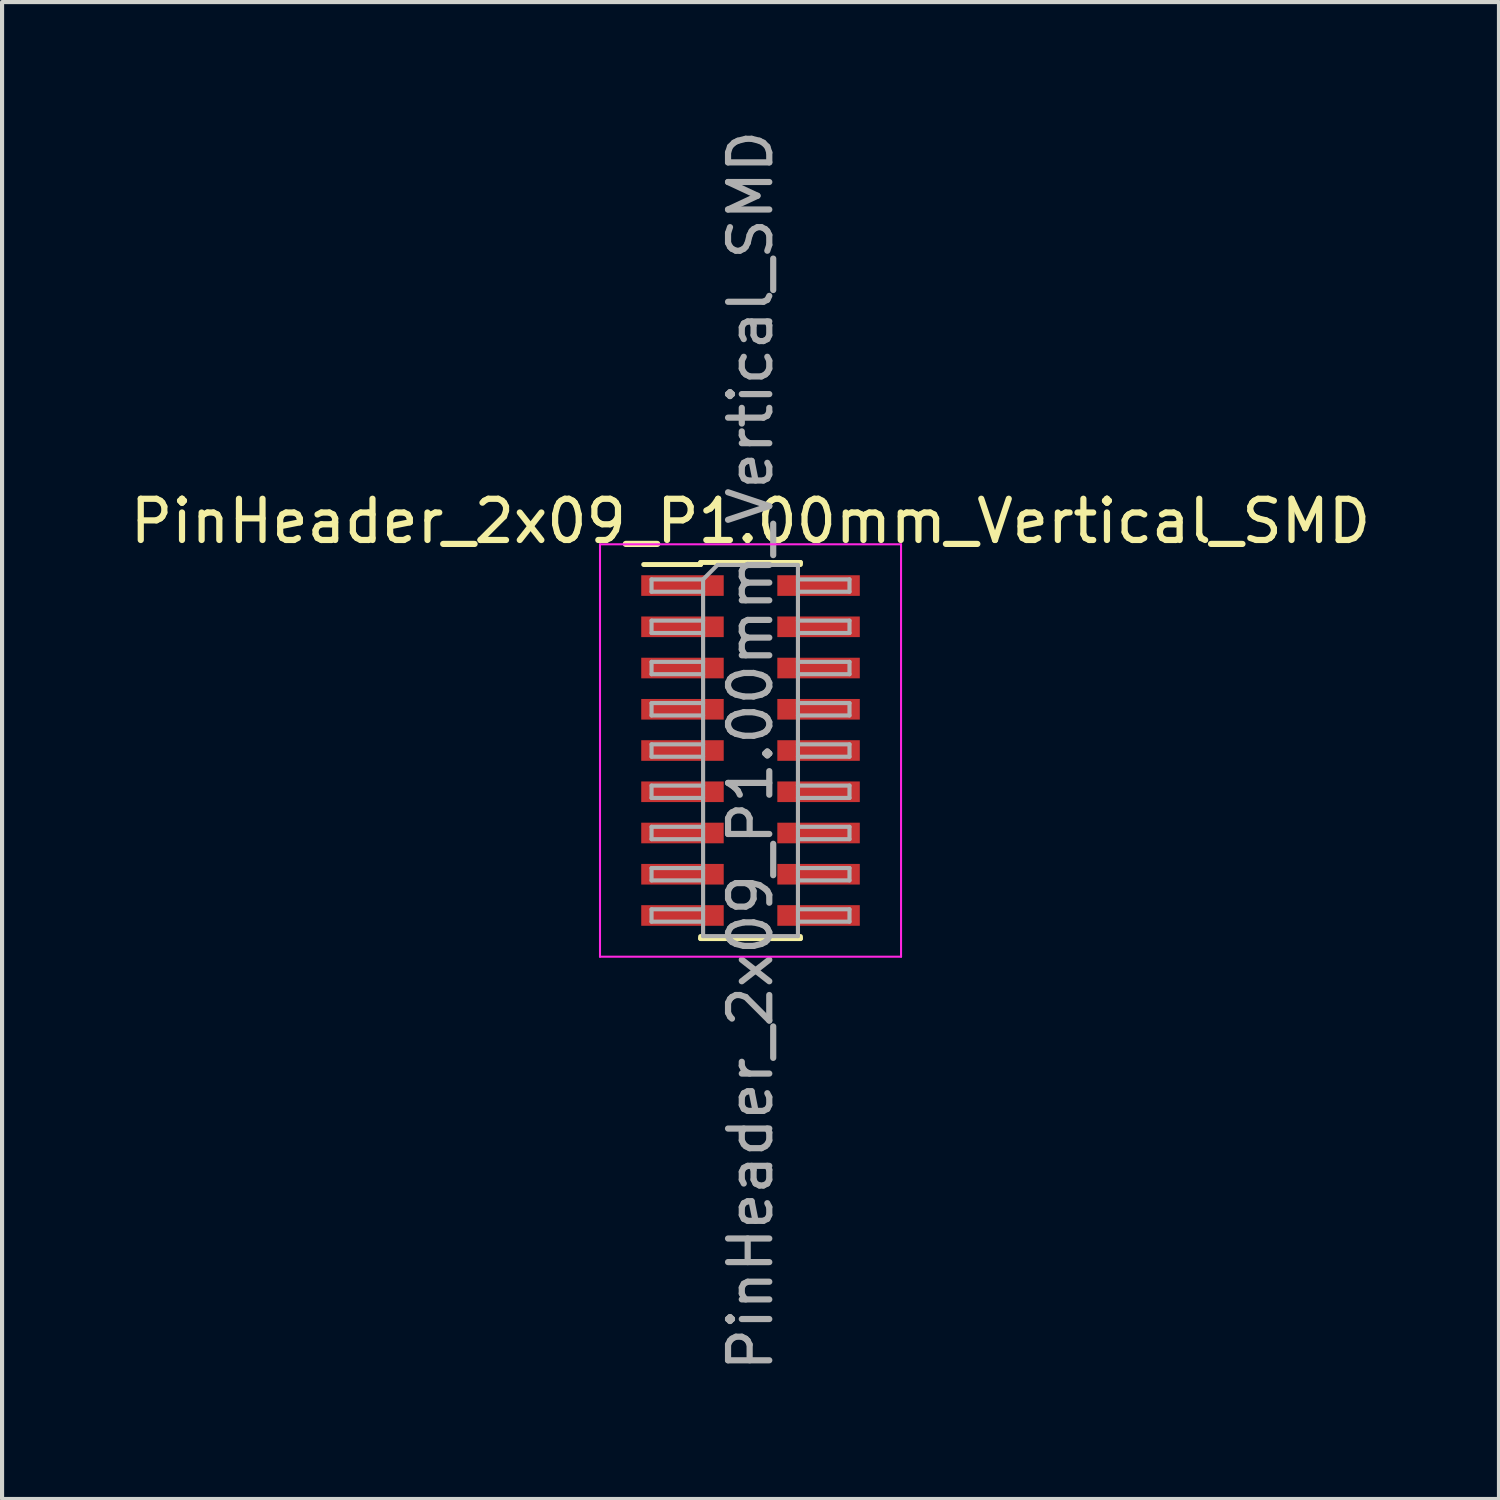
<source format=kicad_pcb>
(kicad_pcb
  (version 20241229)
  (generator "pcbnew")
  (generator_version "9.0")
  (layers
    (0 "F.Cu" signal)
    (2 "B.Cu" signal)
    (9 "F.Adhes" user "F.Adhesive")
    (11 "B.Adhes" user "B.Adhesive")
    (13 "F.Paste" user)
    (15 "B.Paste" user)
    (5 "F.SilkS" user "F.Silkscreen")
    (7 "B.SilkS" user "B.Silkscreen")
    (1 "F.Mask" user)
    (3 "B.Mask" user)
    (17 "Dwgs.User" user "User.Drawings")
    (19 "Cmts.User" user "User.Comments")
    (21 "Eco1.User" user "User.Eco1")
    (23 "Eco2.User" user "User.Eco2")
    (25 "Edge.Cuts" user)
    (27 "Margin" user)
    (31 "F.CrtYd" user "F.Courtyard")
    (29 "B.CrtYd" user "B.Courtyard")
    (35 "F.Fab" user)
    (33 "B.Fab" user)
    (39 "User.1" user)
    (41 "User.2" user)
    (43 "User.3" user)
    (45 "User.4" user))
  (footprint "PinHeader_2x09_P1.00mm_Vertical_SMD"
    (layer "F.Cu")
    (at 15.149 15.149)
    (property "Reference" "PinHeader_2x09_P1.00mm_Vertical_SMD" (at 0 -5.56 0) (layer "F.SilkS") (effects (font (size 1 1) (thickness 0.15))))
    (attr smd)
    (fp_line (start -2.59 -4.51) (end -1.21 -4.51) (stroke (width 0.12) (type solid)) (layer "F.SilkS"))
    (fp_line (start -1.21 -4.56) (end -1.21 -4.51) (stroke (width 0.12) (type solid)) (layer "F.SilkS"))
    (fp_line (start -1.21 -4.56) (end 1.21 -4.56) (stroke (width 0.12) (type solid)) (layer "F.SilkS"))
    (fp_line (start -1.21 4.51) (end -1.21 4.56) (stroke (width 0.12) (type solid)) (layer "F.SilkS"))
    (fp_line (start -1.21 4.56) (end 1.21 4.56) (stroke (width 0.12) (type solid)) (layer "F.SilkS"))
    (fp_line (start 1.21 -4.56) (end 1.21 -4.51) (stroke (width 0.12) (type solid)) (layer "F.SilkS"))
    (fp_line (start 1.21 4.51) (end 1.21 4.56) (stroke (width 0.12) (type solid)) (layer "F.SilkS"))
    (fp_line (start -3.65 -5) (end -3.65 5) (stroke (width 0.05) (type solid)) (layer "F.CrtYd"))
    (fp_line (start -3.65 5) (end 3.65 5) (stroke (width 0.05) (type solid)) (layer "F.CrtYd"))
    (fp_line (start 3.65 -5) (end -3.65 -5) (stroke (width 0.05) (type solid)) (layer "F.CrtYd"))
    (fp_line (start 3.65 5) (end 3.65 -5) (stroke (width 0.05) (type solid)) (layer "F.CrtYd"))
    (fp_line (start -2.4 -4.15) (end -2.4 -3.85) (stroke (width 0.1) (type solid)) (layer "F.Fab"))
    (fp_line (start -2.4 -3.85) (end -1.15 -3.85) (stroke (width 0.1) (type solid)) (layer "F.Fab"))
    (fp_line (start -2.4 -3.15) (end -2.4 -2.85) (stroke (width 0.1) (type solid)) (layer "F.Fab"))
    (fp_line (start -2.4 -2.85) (end -1.15 -2.85) (stroke (width 0.1) (type solid)) (layer "F.Fab"))
    (fp_line (start -2.4 -2.15) (end -2.4 -1.85) (stroke (width 0.1) (type solid)) (layer "F.Fab"))
    (fp_line (start -2.4 -1.85) (end -1.15 -1.85) (stroke (width 0.1) (type solid)) (layer "F.Fab"))
    (fp_line (start -2.4 -1.15) (end -2.4 -0.85) (stroke (width 0.1) (type solid)) (layer "F.Fab"))
    (fp_line (start -2.4 -0.85) (end -1.15 -0.85) (stroke (width 0.1) (type solid)) (layer "F.Fab"))
    (fp_line (start -2.4 -0.15) (end -2.4 0.15) (stroke (width 0.1) (type solid)) (layer "F.Fab"))
    (fp_line (start -2.4 0.15) (end -1.15 0.15) (stroke (width 0.1) (type solid)) (layer "F.Fab"))
    (fp_line (start -2.4 0.85) (end -2.4 1.15) (stroke (width 0.1) (type solid)) (layer "F.Fab"))
    (fp_line (start -2.4 1.15) (end -1.15 1.15) (stroke (width 0.1) (type solid)) (layer "F.Fab"))
    (fp_line (start -2.4 1.85) (end -2.4 2.15) (stroke (width 0.1) (type solid)) (layer "F.Fab"))
    (fp_line (start -2.4 2.15) (end -1.15 2.15) (stroke (width 0.1) (type solid)) (layer "F.Fab"))
    (fp_line (start -2.4 2.85) (end -2.4 3.15) (stroke (width 0.1) (type solid)) (layer "F.Fab"))
    (fp_line (start -2.4 3.15) (end -1.15 3.15) (stroke (width 0.1) (type solid)) (layer "F.Fab"))
    (fp_line (start -2.4 3.85) (end -2.4 4.15) (stroke (width 0.1) (type solid)) (layer "F.Fab"))
    (fp_line (start -2.4 4.15) (end -1.15 4.15) (stroke (width 0.1) (type solid)) (layer "F.Fab"))
    (fp_line (start -1.15 -4.15) (end -2.4 -4.15) (stroke (width 0.1) (type solid)) (layer "F.Fab"))
    (fp_line (start -1.15 -4.15) (end -0.8 -4.5) (stroke (width 0.1) (type solid)) (layer "F.Fab"))
    (fp_line (start -1.15 -3.15) (end -2.4 -3.15) (stroke (width 0.1) (type solid)) (layer "F.Fab"))
    (fp_line (start -1.15 -2.15) (end -2.4 -2.15) (stroke (width 0.1) (type solid)) (layer "F.Fab"))
    (fp_line (start -1.15 -1.15) (end -2.4 -1.15) (stroke (width 0.1) (type solid)) (layer "F.Fab"))
    (fp_line (start -1.15 -0.15) (end -2.4 -0.15) (stroke (width 0.1) (type solid)) (layer "F.Fab"))
    (fp_line (start -1.15 0.85) (end -2.4 0.85) (stroke (width 0.1) (type solid)) (layer "F.Fab"))
    (fp_line (start -1.15 1.85) (end -2.4 1.85) (stroke (width 0.1) (type solid)) (layer "F.Fab"))
    (fp_line (start -1.15 2.85) (end -2.4 2.85) (stroke (width 0.1) (type solid)) (layer "F.Fab"))
    (fp_line (start -1.15 3.85) (end -2.4 3.85) (stroke (width 0.1) (type solid)) (layer "F.Fab"))
    (fp_line (start -1.15 4.5) (end -1.15 -4.15) (stroke (width 0.1) (type solid)) (layer "F.Fab"))
    (fp_line (start -0.8 -4.5) (end 1.15 -4.5) (stroke (width 0.1) (type solid)) (layer "F.Fab"))
    (fp_line (start 1.15 -4.5) (end 1.15 4.5) (stroke (width 0.1) (type solid)) (layer "F.Fab"))
    (fp_line (start 1.15 -4.15) (end 2.4 -4.15) (stroke (width 0.1) (type solid)) (layer "F.Fab"))
    (fp_line (start 1.15 -3.15) (end 2.4 -3.15) (stroke (width 0.1) (type solid)) (layer "F.Fab"))
    (fp_line (start 1.15 -2.15) (end 2.4 -2.15) (stroke (width 0.1) (type solid)) (layer "F.Fab"))
    (fp_line (start 1.15 -1.15) (end 2.4 -1.15) (stroke (width 0.1) (type solid)) (layer "F.Fab"))
    (fp_line (start 1.15 -0.15) (end 2.4 -0.15) (stroke (width 0.1) (type solid)) (layer "F.Fab"))
    (fp_line (start 1.15 0.85) (end 2.4 0.85) (stroke (width 0.1) (type solid)) (layer "F.Fab"))
    (fp_line (start 1.15 1.85) (end 2.4 1.85) (stroke (width 0.1) (type solid)) (layer "F.Fab"))
    (fp_line (start 1.15 2.85) (end 2.4 2.85) (stroke (width 0.1) (type solid)) (layer "F.Fab"))
    (fp_line (start 1.15 3.85) (end 2.4 3.85) (stroke (width 0.1) (type solid)) (layer "F.Fab"))
    (fp_line (start 1.15 4.5) (end -1.15 4.5) (stroke (width 0.1) (type solid)) (layer "F.Fab"))
    (fp_line (start 2.4 -4.15) (end 2.4 -3.85) (stroke (width 0.1) (type solid)) (layer "F.Fab"))
    (fp_line (start 2.4 -3.85) (end 1.15 -3.85) (stroke (width 0.1) (type solid)) (layer "F.Fab"))
    (fp_line (start 2.4 -3.15) (end 2.4 -2.85) (stroke (width 0.1) (type solid)) (layer "F.Fab"))
    (fp_line (start 2.4 -2.85) (end 1.15 -2.85) (stroke (width 0.1) (type solid)) (layer "F.Fab"))
    (fp_line (start 2.4 -2.15) (end 2.4 -1.85) (stroke (width 0.1) (type solid)) (layer "F.Fab"))
    (fp_line (start 2.4 -1.85) (end 1.15 -1.85) (stroke (width 0.1) (type solid)) (layer "F.Fab"))
    (fp_line (start 2.4 -1.15) (end 2.4 -0.85) (stroke (width 0.1) (type solid)) (layer "F.Fab"))
    (fp_line (start 2.4 -0.85) (end 1.15 -0.85) (stroke (width 0.1) (type solid)) (layer "F.Fab"))
    (fp_line (start 2.4 -0.15) (end 2.4 0.15) (stroke (width 0.1) (type solid)) (layer "F.Fab"))
    (fp_line (start 2.4 0.15) (end 1.15 0.15) (stroke (width 0.1) (type solid)) (layer "F.Fab"))
    (fp_line (start 2.4 0.85) (end 2.4 1.15) (stroke (width 0.1) (type solid)) (layer "F.Fab"))
    (fp_line (start 2.4 1.15) (end 1.15 1.15) (stroke (width 0.1) (type solid)) (layer "F.Fab"))
    (fp_line (start 2.4 1.85) (end 2.4 2.15) (stroke (width 0.1) (type solid)) (layer "F.Fab"))
    (fp_line (start 2.4 2.15) (end 1.15 2.15) (stroke (width 0.1) (type solid)) (layer "F.Fab"))
    (fp_line (start 2.4 2.85) (end 2.4 3.15) (stroke (width 0.1) (type solid)) (layer "F.Fab"))
    (fp_line (start 2.4 3.15) (end 1.15 3.15) (stroke (width 0.1) (type solid)) (layer "F.Fab"))
    (fp_line (start 2.4 3.85) (end 2.4 4.15) (stroke (width 0.1) (type solid)) (layer "F.Fab"))
    (fp_line (start 2.4 4.15) (end 1.15 4.15) (stroke (width 0.1) (type solid)) (layer "F.Fab"))
    (fp_text user "${REFERENCE}" (at 0 0 90) (layer "F.Fab") (effects (font (size 1 1) (thickness 0.15))))
    (pad "1" smd rect (at -1.65 -4) (size 2 0.5) (layers "F.Cu" "F.Mask" "F.Paste"))
    (pad "2" smd rect (at 1.65 -4) (size 2 0.5) (layers "F.Cu" "F.Mask" "F.Paste"))
    (pad "3" smd rect (at -1.65 -3) (size 2 0.5) (layers "F.Cu" "F.Mask" "F.Paste"))
    (pad "4" smd rect (at 1.65 -3) (size 2 0.5) (layers "F.Cu" "F.Mask" "F.Paste"))
    (pad "5" smd rect (at -1.65 -2) (size 2 0.5) (layers "F.Cu" "F.Mask" "F.Paste"))
    (pad "6" smd rect (at 1.65 -2) (size 2 0.5) (layers "F.Cu" "F.Mask" "F.Paste"))
    (pad "7" smd rect (at -1.65 -1) (size 2 0.5) (layers "F.Cu" "F.Mask" "F.Paste"))
    (pad "8" smd rect (at 1.65 -1) (size 2 0.5) (layers "F.Cu" "F.Mask" "F.Paste"))
    (pad "9" smd rect (at -1.65 0) (size 2 0.5) (layers "F.Cu" "F.Mask" "F.Paste"))
    (pad "10" smd rect (at 1.65 0) (size 2 0.5) (layers "F.Cu" "F.Mask" "F.Paste"))
    (pad "11" smd rect (at -1.65 1) (size 2 0.5) (layers "F.Cu" "F.Mask" "F.Paste"))
    (pad "12" smd rect (at 1.65 1) (size 2 0.5) (layers "F.Cu" "F.Mask" "F.Paste"))
    (pad "13" smd rect (at -1.65 2) (size 2 0.5) (layers "F.Cu" "F.Mask" "F.Paste"))
    (pad "14" smd rect (at 1.65 2) (size 2 0.5) (layers "F.Cu" "F.Mask" "F.Paste"))
    (pad "15" smd rect (at -1.65 3) (size 2 0.5) (layers "F.Cu" "F.Mask" "F.Paste"))
    (pad "16" smd rect (at 1.65 3) (size 2 0.5) (layers "F.Cu" "F.Mask" "F.Paste"))
    (pad "17" smd rect (at -1.65 4) (size 2 0.5) (layers "F.Cu" "F.Mask" "F.Paste"))
    (pad "18" smd rect (at 1.65 4) (size 2 0.5) (layers "F.Cu" "F.Mask" "F.Paste")))
  (gr_rect
    (start -3 -3)
    (end 33.298 33.298)
    (stroke (width 0.1) (type default))
    (fill no)
    (layer "Edge.Cuts")))
</source>
